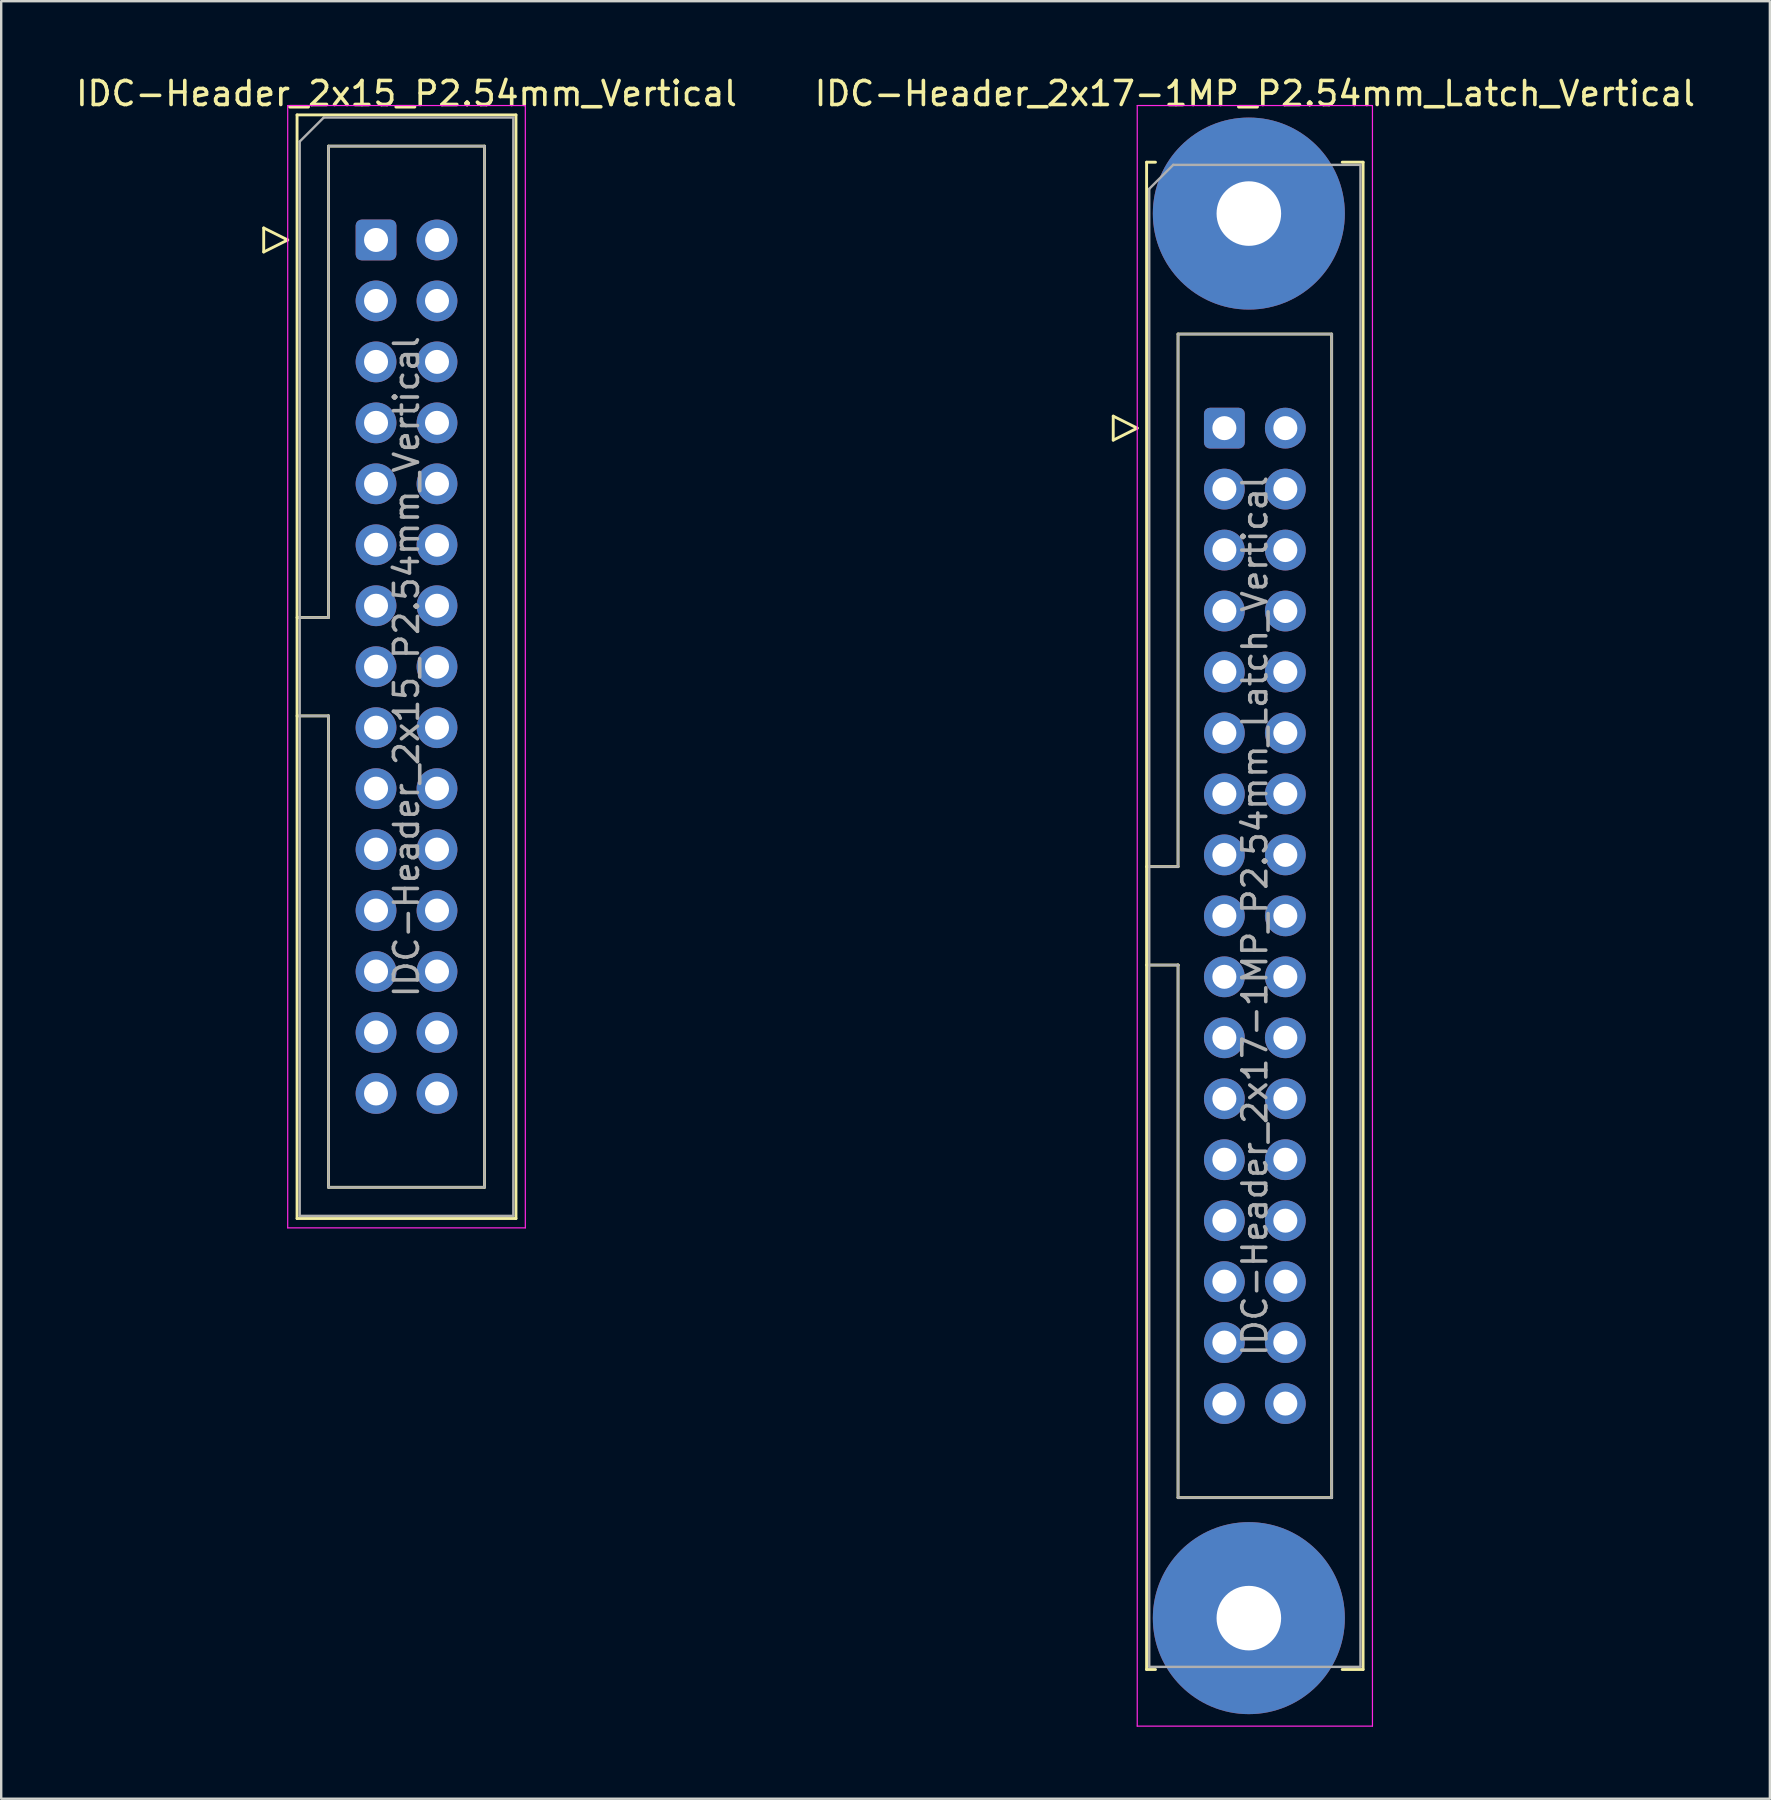
<source format=kicad_pcb>
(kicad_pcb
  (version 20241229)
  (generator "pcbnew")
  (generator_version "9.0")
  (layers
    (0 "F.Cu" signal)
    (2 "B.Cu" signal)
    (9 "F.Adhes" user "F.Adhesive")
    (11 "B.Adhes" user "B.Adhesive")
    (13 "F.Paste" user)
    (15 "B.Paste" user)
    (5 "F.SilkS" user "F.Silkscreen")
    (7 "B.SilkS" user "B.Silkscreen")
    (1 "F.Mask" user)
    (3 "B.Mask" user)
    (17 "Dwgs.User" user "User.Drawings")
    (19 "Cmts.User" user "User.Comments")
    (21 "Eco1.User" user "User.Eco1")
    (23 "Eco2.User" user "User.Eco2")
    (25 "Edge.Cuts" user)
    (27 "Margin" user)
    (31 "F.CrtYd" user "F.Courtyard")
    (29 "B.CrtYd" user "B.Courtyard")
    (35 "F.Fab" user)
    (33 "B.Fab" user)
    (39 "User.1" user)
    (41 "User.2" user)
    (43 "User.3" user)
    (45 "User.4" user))
  (footprint "IDC-Header_2x17-1MP_P2.54mm_Latch_Vertical"
    (layer "F.Cu")
    (at 47.962 14.788)
    (property "Reference" "IDC-Header_2x17-1MP_P2.54mm_Latch_Vertical" (at 1.27 -13.94 0) (layer "F.SilkS") (effects (font (size 1 1) (thickness 0.15))))
    (attr through_hole)
    (fp_line (start -4.63 -0.5) (end -4.63 0.5) (stroke (width 0.12) (type solid)) (layer "F.SilkS"))
    (fp_line (start -4.63 0.5) (end -3.63 0) (stroke (width 0.12) (type solid)) (layer "F.SilkS"))
    (fp_line (start -3.63 0) (end -4.63 -0.5) (stroke (width 0.12) (type solid)) (layer "F.SilkS"))
    (fp_line (start -3.24 -11.08) (end -3.24 51.72) (stroke (width 0.12) (type solid)) (layer "F.SilkS"))
    (fp_line (start -3.24 18.27) (end -1.93 18.27) (stroke (width 0.12) (type solid)) (layer "F.SilkS"))
    (fp_line (start -3.24 51.72) (end -2.87 51.72) (stroke (width 0.12) (type solid)) (layer "F.SilkS"))
    (fp_line (start -2.87 -11.08) (end -3.24 -11.08) (stroke (width 0.12) (type solid)) (layer "F.SilkS"))
    (fp_line (start -1.93 -3.92) (end 4.47 -3.92) (stroke (width 0.12) (type solid)) (layer "F.SilkS"))
    (fp_line (start -1.93 18.27) (end -1.93 -3.92) (stroke (width 0.12) (type solid)) (layer "F.SilkS"))
    (fp_line (start -1.93 22.37) (end -3.24 22.37) (stroke (width 0.12) (type solid)) (layer "F.SilkS"))
    (fp_line (start -1.93 22.37) (end -1.93 22.37) (stroke (width 0.12) (type solid)) (layer "F.SilkS"))
    (fp_line (start -1.93 44.56) (end -1.93 22.37) (stroke (width 0.12) (type solid)) (layer "F.SilkS"))
    (fp_line (start 4.47 -3.92) (end 4.47 44.56) (stroke (width 0.12) (type solid)) (layer "F.SilkS"))
    (fp_line (start 4.47 44.56) (end -1.93 44.56) (stroke (width 0.12) (type solid)) (layer "F.SilkS"))
    (fp_line (start 4.91 -11.08) (end 5.78 -11.08) (stroke (width 0.12) (type solid)) (layer "F.SilkS"))
    (fp_line (start 5.78 -11.08) (end 5.78 51.72) (stroke (width 0.12) (type solid)) (layer "F.SilkS"))
    (fp_line (start 5.78 51.72) (end 4.91 51.72) (stroke (width 0.12) (type solid)) (layer "F.SilkS"))
    (fp_line (start -3.63 -13.44) (end -3.63 54.08) (stroke (width 0.05) (type solid)) (layer "F.CrtYd"))
    (fp_line (start -3.63 54.08) (end 6.17 54.08) (stroke (width 0.05) (type solid)) (layer "F.CrtYd"))
    (fp_line (start 6.17 -13.44) (end -3.63 -13.44) (stroke (width 0.05) (type solid)) (layer "F.CrtYd"))
    (fp_line (start 6.17 54.08) (end 6.17 -13.44) (stroke (width 0.05) (type solid)) (layer "F.CrtYd"))
    (fp_line (start -3.13 -9.97) (end -2.13 -10.97) (stroke (width 0.1) (type solid)) (layer "F.Fab"))
    (fp_line (start -3.13 18.27) (end -1.93 18.27) (stroke (width 0.1) (type solid)) (layer "F.Fab"))
    (fp_line (start -3.13 51.61) (end -3.13 -9.97) (stroke (width 0.1) (type solid)) (layer "F.Fab"))
    (fp_line (start -2.13 -10.97) (end 5.67 -10.97) (stroke (width 0.1) (type solid)) (layer "F.Fab"))
    (fp_line (start -1.93 -3.92) (end 4.47 -3.92) (stroke (width 0.1) (type solid)) (layer "F.Fab"))
    (fp_line (start -1.93 18.27) (end -1.93 -3.92) (stroke (width 0.1) (type solid)) (layer "F.Fab"))
    (fp_line (start -1.93 22.37) (end -3.13 22.37) (stroke (width 0.1) (type solid)) (layer "F.Fab"))
    (fp_line (start -1.93 22.37) (end -1.93 22.37) (stroke (width 0.1) (type solid)) (layer "F.Fab"))
    (fp_line (start -1.93 44.56) (end -1.93 22.37) (stroke (width 0.1) (type solid)) (layer "F.Fab"))
    (fp_line (start 4.47 -3.92) (end 4.47 44.56) (stroke (width 0.1) (type solid)) (layer "F.Fab"))
    (fp_line (start 4.47 44.56) (end -1.93 44.56) (stroke (width 0.1) (type solid)) (layer "F.Fab"))
    (fp_line (start 5.67 -10.97) (end 5.67 51.61) (stroke (width 0.1) (type solid)) (layer "F.Fab"))
    (fp_line (start 5.67 51.61) (end -3.13 51.61) (stroke (width 0.1) (type solid)) (layer "F.Fab"))
    (fp_text user "${REFERENCE}" (at 1.27 20.32 90) (layer "F.Fab") (effects (font (size 1 1) (thickness 0.15))))
    (pad "1" thru_hole roundrect (at 0 0) (size 1.7 1.7) (drill 1) (layers "*.Cu" "*.Mask") (roundrect_rratio 0.147))
    (pad "2" thru_hole circle (at 2.54 0) (size 1.7 1.7) (drill 1) (layers "*.Cu" "*.Mask"))
    (pad "3" thru_hole circle (at 0 2.54) (size 1.7 1.7) (drill 1) (layers "*.Cu" "*.Mask"))
    (pad "4" thru_hole circle (at 2.54 2.54) (size 1.7 1.7) (drill 1) (layers "*.Cu" "*.Mask"))
    (pad "5" thru_hole circle (at 0 5.08) (size 1.7 1.7) (drill 1) (layers "*.Cu" "*.Mask"))
    (pad "6" thru_hole circle (at 2.54 5.08) (size 1.7 1.7) (drill 1) (layers "*.Cu" "*.Mask"))
    (pad "7" thru_hole circle (at 0 7.62) (size 1.7 1.7) (drill 1) (layers "*.Cu" "*.Mask"))
    (pad "8" thru_hole circle (at 2.54 7.62) (size 1.7 1.7) (drill 1) (layers "*.Cu" "*.Mask"))
    (pad "9" thru_hole circle (at 0 10.16) (size 1.7 1.7) (drill 1) (layers "*.Cu" "*.Mask"))
    (pad "10" thru_hole circle (at 2.54 10.16) (size 1.7 1.7) (drill 1) (layers "*.Cu" "*.Mask"))
    (pad "11" thru_hole circle (at 0 12.7) (size 1.7 1.7) (drill 1) (layers "*.Cu" "*.Mask"))
    (pad "12" thru_hole circle (at 2.54 12.7) (size 1.7 1.7) (drill 1) (layers "*.Cu" "*.Mask"))
    (pad "13" thru_hole circle (at 0 15.24) (size 1.7 1.7) (drill 1) (layers "*.Cu" "*.Mask"))
    (pad "14" thru_hole circle (at 2.54 15.24) (size 1.7 1.7) (drill 1) (layers "*.Cu" "*.Mask"))
    (pad "15" thru_hole circle (at 0 17.78) (size 1.7 1.7) (drill 1) (layers "*.Cu" "*.Mask"))
    (pad "16" thru_hole circle (at 2.54 17.78) (size 1.7 1.7) (drill 1) (layers "*.Cu" "*.Mask"))
    (pad "17" thru_hole circle (at 0 20.32) (size 1.7 1.7) (drill 1) (layers "*.Cu" "*.Mask"))
    (pad "18" thru_hole circle (at 2.54 20.32) (size 1.7 1.7) (drill 1) (layers "*.Cu" "*.Mask"))
    (pad "19" thru_hole circle (at 0 22.86) (size 1.7 1.7) (drill 1) (layers "*.Cu" "*.Mask"))
    (pad "20" thru_hole circle (at 2.54 22.86) (size 1.7 1.7) (drill 1) (layers "*.Cu" "*.Mask"))
    (pad "21" thru_hole circle (at 0 25.4) (size 1.7 1.7) (drill 1) (layers "*.Cu" "*.Mask"))
    (pad "22" thru_hole circle (at 2.54 25.4) (size 1.7 1.7) (drill 1) (layers "*.Cu" "*.Mask"))
    (pad "23" thru_hole circle (at 0 27.94) (size 1.7 1.7) (drill 1) (layers "*.Cu" "*.Mask"))
    (pad "24" thru_hole circle (at 2.54 27.94) (size 1.7 1.7) (drill 1) (layers "*.Cu" "*.Mask"))
    (pad "25" thru_hole circle (at 0 30.48) (size 1.7 1.7) (drill 1) (layers "*.Cu" "*.Mask"))
    (pad "26" thru_hole circle (at 2.54 30.48) (size 1.7 1.7) (drill 1) (layers "*.Cu" "*.Mask"))
    (pad "27" thru_hole circle (at 0 33.02) (size 1.7 1.7) (drill 1) (layers "*.Cu" "*.Mask"))
    (pad "28" thru_hole circle (at 2.54 33.02) (size 1.7 1.7) (drill 1) (layers "*.Cu" "*.Mask"))
    (pad "29" thru_hole circle (at 0 35.56) (size 1.7 1.7) (drill 1) (layers "*.Cu" "*.Mask"))
    (pad "30" thru_hole circle (at 2.54 35.56) (size 1.7 1.7) (drill 1) (layers "*.Cu" "*.Mask"))
    (pad "31" thru_hole circle (at 0 38.1) (size 1.7 1.7) (drill 1) (layers "*.Cu" "*.Mask"))
    (pad "32" thru_hole circle (at 2.54 38.1) (size 1.7 1.7) (drill 1) (layers "*.Cu" "*.Mask"))
    (pad "33" thru_hole circle (at 0 40.64) (size 1.7 1.7) (drill 1) (layers "*.Cu" "*.Mask"))
    (pad "34" thru_hole circle (at 2.54 40.64) (size 1.7 1.7) (drill 1) (layers "*.Cu" "*.Mask"))
    (pad "MP" thru_hole circle (at 1.02 -8.94) (size 8 8) (drill 2.69) (layers "*.Cu" "*.Mask"))
    (pad "MP" thru_hole circle (at 1.02 49.58) (size 8 8) (drill 2.69) (layers "*.Cu" "*.Mask")))
  (footprint "IDC-Header_2x15_P2.54mm_Vertical"
    (layer "F.Cu")
    (at 12.617 6.948)
    (property "Reference" "IDC-Header_2x15_P2.54mm_Vertical" (at 1.27 -6.1 0) (layer "F.SilkS") (effects (font (size 1 1) (thickness 0.15))))
    (attr through_hole)
    (fp_line (start -4.68 -0.5) (end -4.68 0.5) (stroke (width 0.12) (type solid)) (layer "F.SilkS"))
    (fp_line (start -4.68 0.5) (end -3.68 0) (stroke (width 0.12) (type solid)) (layer "F.SilkS"))
    (fp_line (start -3.68 0) (end -4.68 -0.5) (stroke (width 0.12) (type solid)) (layer "F.SilkS"))
    (fp_line (start -3.29 -5.21) (end 5.83 -5.21) (stroke (width 0.12) (type solid)) (layer "F.SilkS"))
    (fp_line (start -3.29 15.73) (end -1.98 15.73) (stroke (width 0.12) (type solid)) (layer "F.SilkS"))
    (fp_line (start -3.29 40.77) (end -3.29 -5.21) (stroke (width 0.12) (type solid)) (layer "F.SilkS"))
    (fp_line (start -1.98 -3.91) (end 4.52 -3.91) (stroke (width 0.12) (type solid)) (layer "F.SilkS"))
    (fp_line (start -1.98 15.73) (end -1.98 -3.91) (stroke (width 0.12) (type solid)) (layer "F.SilkS"))
    (fp_line (start -1.98 19.83) (end -3.29 19.83) (stroke (width 0.12) (type solid)) (layer "F.SilkS"))
    (fp_line (start -1.98 19.83) (end -1.98 19.83) (stroke (width 0.12) (type solid)) (layer "F.SilkS"))
    (fp_line (start -1.98 39.47) (end -1.98 19.83) (stroke (width 0.12) (type solid)) (layer "F.SilkS"))
    (fp_line (start 4.52 -3.91) (end 4.52 39.47) (stroke (width 0.12) (type solid)) (layer "F.SilkS"))
    (fp_line (start 4.52 39.47) (end -1.98 39.47) (stroke (width 0.12) (type solid)) (layer "F.SilkS"))
    (fp_line (start 5.83 -5.21) (end 5.83 40.77) (stroke (width 0.12) (type solid)) (layer "F.SilkS"))
    (fp_line (start 5.83 40.77) (end -3.29 40.77) (stroke (width 0.12) (type solid)) (layer "F.SilkS"))
    (fp_line (start -3.68 -5.6) (end -3.68 41.16) (stroke (width 0.05) (type solid)) (layer "F.CrtYd"))
    (fp_line (start -3.68 41.16) (end 6.22 41.16) (stroke (width 0.05) (type solid)) (layer "F.CrtYd"))
    (fp_line (start 6.22 -5.6) (end -3.68 -5.6) (stroke (width 0.05) (type solid)) (layer "F.CrtYd"))
    (fp_line (start 6.22 41.16) (end 6.22 -5.6) (stroke (width 0.05) (type solid)) (layer "F.CrtYd"))
    (fp_line (start -3.18 -4.1) (end -2.18 -5.1) (stroke (width 0.1) (type solid)) (layer "F.Fab"))
    (fp_line (start -3.18 15.73) (end -1.98 15.73) (stroke (width 0.1) (type solid)) (layer "F.Fab"))
    (fp_line (start -3.18 40.66) (end -3.18 -4.1) (stroke (width 0.1) (type solid)) (layer "F.Fab"))
    (fp_line (start -2.18 -5.1) (end 5.72 -5.1) (stroke (width 0.1) (type solid)) (layer "F.Fab"))
    (fp_line (start -1.98 -3.91) (end 4.52 -3.91) (stroke (width 0.1) (type solid)) (layer "F.Fab"))
    (fp_line (start -1.98 15.73) (end -1.98 -3.91) (stroke (width 0.1) (type solid)) (layer "F.Fab"))
    (fp_line (start -1.98 19.83) (end -3.18 19.83) (stroke (width 0.1) (type solid)) (layer "F.Fab"))
    (fp_line (start -1.98 19.83) (end -1.98 19.83) (stroke (width 0.1) (type solid)) (layer "F.Fab"))
    (fp_line (start -1.98 39.47) (end -1.98 19.83) (stroke (width 0.1) (type solid)) (layer "F.Fab"))
    (fp_line (start 4.52 -3.91) (end 4.52 39.47) (stroke (width 0.1) (type solid)) (layer "F.Fab"))
    (fp_line (start 4.52 39.47) (end -1.98 39.47) (stroke (width 0.1) (type solid)) (layer "F.Fab"))
    (fp_line (start 5.72 -5.1) (end 5.72 40.66) (stroke (width 0.1) (type solid)) (layer "F.Fab"))
    (fp_line (start 5.72 40.66) (end -3.18 40.66) (stroke (width 0.1) (type solid)) (layer "F.Fab"))
    (fp_text user "${REFERENCE}" (at 1.27 17.78 90) (layer "F.Fab") (effects (font (size 1 1) (thickness 0.15))))
    (pad "1" thru_hole roundrect (at 0 0) (size 1.7 1.7) (drill 1) (layers "*.Cu" "*.Mask") (roundrect_rratio 0.147))
    (pad "2" thru_hole circle (at 2.54 0) (size 1.7 1.7) (drill 1) (layers "*.Cu" "*.Mask"))
    (pad "3" thru_hole circle (at 0 2.54) (size 1.7 1.7) (drill 1) (layers "*.Cu" "*.Mask"))
    (pad "4" thru_hole circle (at 2.54 2.54) (size 1.7 1.7) (drill 1) (layers "*.Cu" "*.Mask"))
    (pad "5" thru_hole circle (at 0 5.08) (size 1.7 1.7) (drill 1) (layers "*.Cu" "*.Mask"))
    (pad "6" thru_hole circle (at 2.54 5.08) (size 1.7 1.7) (drill 1) (layers "*.Cu" "*.Mask"))
    (pad "7" thru_hole circle (at 0 7.62) (size 1.7 1.7) (drill 1) (layers "*.Cu" "*.Mask"))
    (pad "8" thru_hole circle (at 2.54 7.62) (size 1.7 1.7) (drill 1) (layers "*.Cu" "*.Mask"))
    (pad "9" thru_hole circle (at 0 10.16) (size 1.7 1.7) (drill 1) (layers "*.Cu" "*.Mask"))
    (pad "10" thru_hole circle (at 2.54 10.16) (size 1.7 1.7) (drill 1) (layers "*.Cu" "*.Mask"))
    (pad "11" thru_hole circle (at 0 12.7) (size 1.7 1.7) (drill 1) (layers "*.Cu" "*.Mask"))
    (pad "12" thru_hole circle (at 2.54 12.7) (size 1.7 1.7) (drill 1) (layers "*.Cu" "*.Mask"))
    (pad "13" thru_hole circle (at 0 15.24) (size 1.7 1.7) (drill 1) (layers "*.Cu" "*.Mask"))
    (pad "14" thru_hole circle (at 2.54 15.24) (size 1.7 1.7) (drill 1) (layers "*.Cu" "*.Mask"))
    (pad "15" thru_hole circle (at 0 17.78) (size 1.7 1.7) (drill 1) (layers "*.Cu" "*.Mask"))
    (pad "16" thru_hole circle (at 2.54 17.78) (size 1.7 1.7) (drill 1) (layers "*.Cu" "*.Mask"))
    (pad "17" thru_hole circle (at 0 20.32) (size 1.7 1.7) (drill 1) (layers "*.Cu" "*.Mask"))
    (pad "18" thru_hole circle (at 2.54 20.32) (size 1.7 1.7) (drill 1) (layers "*.Cu" "*.Mask"))
    (pad "19" thru_hole circle (at 0 22.86) (size 1.7 1.7) (drill 1) (layers "*.Cu" "*.Mask"))
    (pad "20" thru_hole circle (at 2.54 22.86) (size 1.7 1.7) (drill 1) (layers "*.Cu" "*.Mask"))
    (pad "21" thru_hole circle (at 0 25.4) (size 1.7 1.7) (drill 1) (layers "*.Cu" "*.Mask"))
    (pad "22" thru_hole circle (at 2.54 25.4) (size 1.7 1.7) (drill 1) (layers "*.Cu" "*.Mask"))
    (pad "23" thru_hole circle (at 0 27.94) (size 1.7 1.7) (drill 1) (layers "*.Cu" "*.Mask"))
    (pad "24" thru_hole circle (at 2.54 27.94) (size 1.7 1.7) (drill 1) (layers "*.Cu" "*.Mask"))
    (pad "25" thru_hole circle (at 0 30.48) (size 1.7 1.7) (drill 1) (layers "*.Cu" "*.Mask"))
    (pad "26" thru_hole circle (at 2.54 30.48) (size 1.7 1.7) (drill 1) (layers "*.Cu" "*.Mask"))
    (pad "27" thru_hole circle (at 0 33.02) (size 1.7 1.7) (drill 1) (layers "*.Cu" "*.Mask"))
    (pad "28" thru_hole circle (at 2.54 33.02) (size 1.7 1.7) (drill 1) (layers "*.Cu" "*.Mask"))
    (pad "29" thru_hole circle (at 0 35.56) (size 1.7 1.7) (drill 1) (layers "*.Cu" "*.Mask"))
    (pad "30" thru_hole circle (at 2.54 35.56) (size 1.7 1.7) (drill 1) (layers "*.Cu" "*.Mask")))
  (gr_rect
    (start -3 -3)
    (end 70.69 71.893)
    (stroke (width 0.1) (type default))
    (fill no)
    (layer "Edge.Cuts")))
</source>
